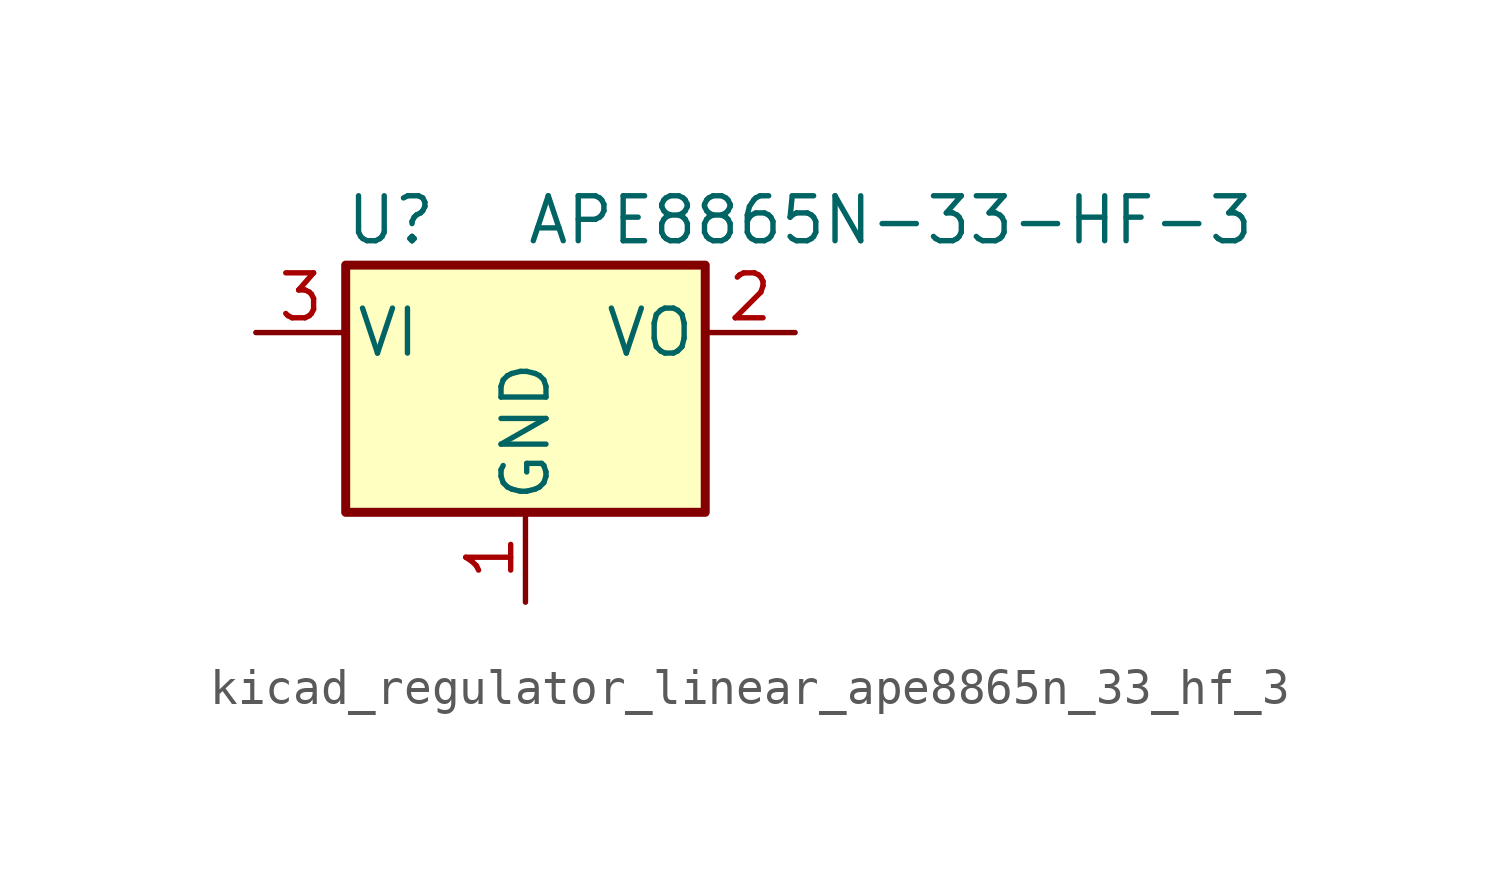
<source format=kicad_sym>
(kicad_symbol_lib
  (version 20220914)
  (generator kicad_symbol_editor)
  (symbol "kicad_regulator_linear_ape8865n_33_hf_3"
    (pin_names
      (offset 0.254))
    (property "Reference" "U"
      (at -3.81 3.175 0)
      (effects (font (size 1.27 1.27))))
    (property "Value" "APE8865N-33-HF-3"
      (at 0 3.175 0)
      (effects (font (size 1.27 1.27)) (justify left)))
    (symbol "kicad_regulator_linear_ape8865n_33_hf_3_0_1"
      (rectangle (start -5.08 1.905) (end 5.08 -5.08) (stroke (width 0.254) (type default)) (fill (type background))))
    (symbol "kicad_regulator_linear_ape8865n_33_hf_3_1_1"
      (pin power_in line (at 0 -7.62 90) (length 2.54) (name "GND" (effects (font (size 1.27 1.27)))) (number "1" (effects (font (size 1.27 1.27)))))
      (pin power_out line (at 7.62 0 180) (length 2.54) (name "VO" (effects (font (size 1.27 1.27)))) (number "2" (effects (font (size 1.27 1.27)))))
      (pin power_in line (at -7.62 0 0) (length 2.54) (name "VI" (effects (font (size 1.27 1.27)))) (number "3" (effects (font (size 1.27 1.27))))))))
</source>
